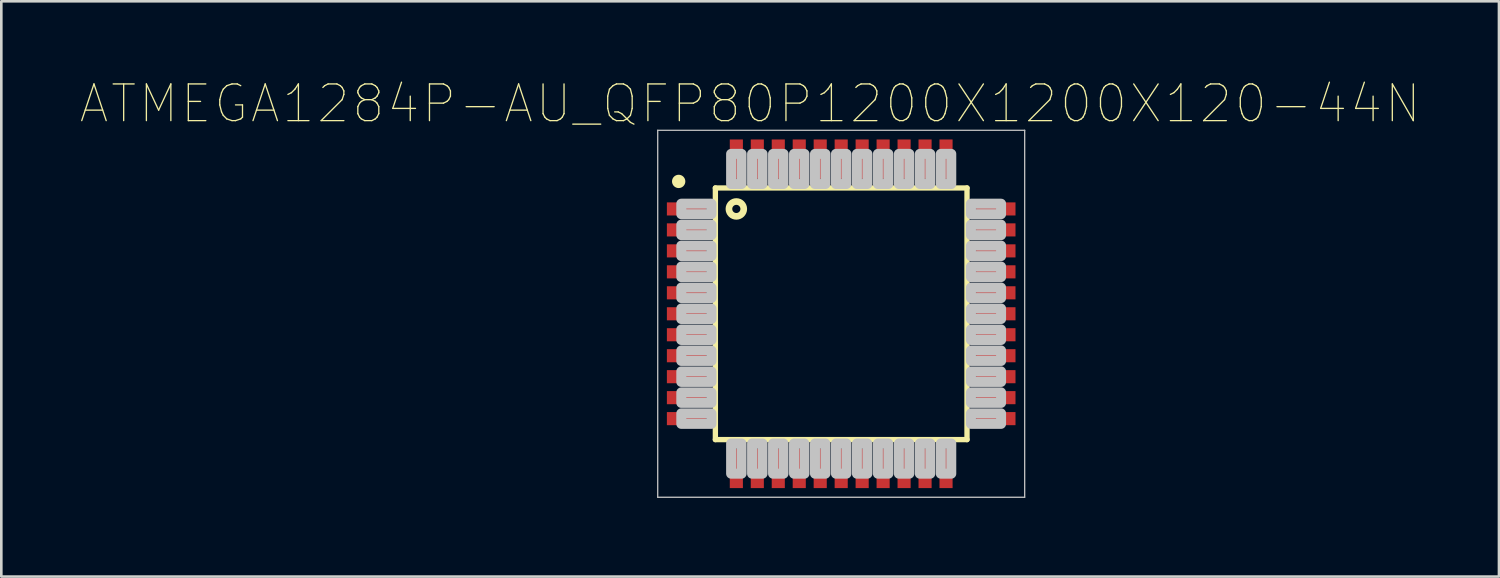
<source format=kicad_pcb>
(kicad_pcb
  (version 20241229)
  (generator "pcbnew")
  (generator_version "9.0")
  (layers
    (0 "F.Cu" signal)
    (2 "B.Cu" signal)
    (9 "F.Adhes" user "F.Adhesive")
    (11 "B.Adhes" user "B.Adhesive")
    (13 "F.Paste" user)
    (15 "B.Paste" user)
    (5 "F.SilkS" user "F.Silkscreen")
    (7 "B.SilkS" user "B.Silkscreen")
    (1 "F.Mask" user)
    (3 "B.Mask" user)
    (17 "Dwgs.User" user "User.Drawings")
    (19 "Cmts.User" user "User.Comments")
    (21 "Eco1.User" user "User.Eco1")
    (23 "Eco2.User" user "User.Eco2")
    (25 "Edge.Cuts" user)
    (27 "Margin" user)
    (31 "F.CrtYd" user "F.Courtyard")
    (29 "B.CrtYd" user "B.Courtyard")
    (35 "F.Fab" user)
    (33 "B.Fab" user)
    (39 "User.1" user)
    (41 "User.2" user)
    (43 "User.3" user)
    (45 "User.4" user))
  (footprint "ATMEGA1284P-AU_QFP80P1200X1200X120-44N"
    (layer "F.Cu")
    (at 29.042 8.921)
    (property "Reference" "ATMEGA1284P-AU_QFP80P1200X1200X120-44N" (at -3.474 -8.014 0) (layer "F.SilkS") (effects (font (size 1.4 1.4) (thickness 0.05))))
    (attr smd)
    (fp_line (start -4.8 -4.8) (end 4.8 -4.8) (stroke (width 0.203) (type solid)) (layer "F.SilkS"))
    (fp_line (start -4.8 4.8) (end -4.8 -4.8) (stroke (width 0.203) (type solid)) (layer "F.SilkS"))
    (fp_line (start 4.8 -4.8) (end 4.8 4.8) (stroke (width 0.203) (type solid)) (layer "F.SilkS"))
    (fp_line (start 4.8 4.8) (end -4.8 4.8) (stroke (width 0.203) (type solid)) (layer "F.SilkS"))
    (fp_circle (center -6.2 -5.05) (end -5.946 -5.05) (stroke (width 0) (type solid)) (fill yes) (layer "F.SilkS"))
    (fp_circle (center -4 -4) (end -3.717 -4) (stroke (width 0.254) (type solid)) (fill no) (layer "F.SilkS"))
    (fp_line (start -7 -7) (end 7 -7) (stroke (width 0.05) (type solid)) (layer "Dwgs.User"))
    (fp_line (start -7 7) (end -7 -7) (stroke (width 0.05) (type solid)) (layer "Dwgs.User"))
    (fp_line (start 7 -7) (end 7 7) (stroke (width 0.05) (type solid)) (layer "Dwgs.User"))
    (fp_line (start 7 7) (end -7 7) (stroke (width 0.05) (type solid)) (layer "Dwgs.User"))
    (fp_poly (pts (xy -6.1 -4.2) (xy -4.95 -4.2) (xy -4.95 -3.8) (xy -6.1 -3.8)) (stroke (width 0.381) (type solid)) (fill no) (layer "Dwgs.User"))
    (fp_poly (pts (xy -6.1 -3.4) (xy -4.95 -3.4) (xy -4.95 -3) (xy -6.1 -3)) (stroke (width 0.381) (type solid)) (fill no) (layer "Dwgs.User"))
    (fp_poly (pts (xy -6.1 -2.6) (xy -4.95 -2.6) (xy -4.95 -2.2) (xy -6.1 -2.2)) (stroke (width 0.381) (type solid)) (fill no) (layer "Dwgs.User"))
    (fp_poly (pts (xy -6.1 -1.8) (xy -4.95 -1.8) (xy -4.95 -1.4) (xy -6.1 -1.4)) (stroke (width 0.381) (type solid)) (fill no) (layer "Dwgs.User"))
    (fp_poly (pts (xy -6.1 -1) (xy -4.95 -1) (xy -4.95 -0.6) (xy -6.1 -0.6)) (stroke (width 0.381) (type solid)) (fill no) (layer "Dwgs.User"))
    (fp_poly (pts (xy -6.1 -0.2) (xy -4.95 -0.2) (xy -4.95 0.2) (xy -6.1 0.2)) (stroke (width 0.381) (type solid)) (fill no) (layer "Dwgs.User"))
    (fp_poly (pts (xy -6.1 0.6) (xy -4.95 0.6) (xy -4.95 1) (xy -6.1 1)) (stroke (width 0.381) (type solid)) (fill no) (layer "Dwgs.User"))
    (fp_poly (pts (xy -6.1 1.4) (xy -4.95 1.4) (xy -4.95 1.8) (xy -6.1 1.8)) (stroke (width 0.381) (type solid)) (fill no) (layer "Dwgs.User"))
    (fp_poly (pts (xy -6.1 2.2) (xy -4.95 2.2) (xy -4.95 2.6) (xy -6.1 2.6)) (stroke (width 0.381) (type solid)) (fill no) (layer "Dwgs.User"))
    (fp_poly (pts (xy -6.1 3) (xy -4.95 3) (xy -4.95 3.4) (xy -6.1 3.4)) (stroke (width 0.381) (type solid)) (fill no) (layer "Dwgs.User"))
    (fp_poly (pts (xy -6.1 3.8) (xy -4.95 3.8) (xy -4.95 4.2) (xy -6.1 4.2)) (stroke (width 0.381) (type solid)) (fill no) (layer "Dwgs.User"))
    (fp_poly (pts (xy -4.2 -6.1) (xy -3.8 -6.1) (xy -3.8 -4.95) (xy -4.2 -4.95)) (stroke (width 0.381) (type solid)) (fill no) (layer "Dwgs.User"))
    (fp_poly (pts (xy -4.2 4.95) (xy -3.8 4.95) (xy -3.8 6.1) (xy -4.2 6.1)) (stroke (width 0.381) (type solid)) (fill no) (layer "Dwgs.User"))
    (fp_poly (pts (xy -3.4 -6.1) (xy -3 -6.1) (xy -3 -4.95) (xy -3.4 -4.95)) (stroke (width 0.381) (type solid)) (fill no) (layer "Dwgs.User"))
    (fp_poly (pts (xy -3.4 4.95) (xy -3 4.95) (xy -3 6.1) (xy -3.4 6.1)) (stroke (width 0.381) (type solid)) (fill no) (layer "Dwgs.User"))
    (fp_poly (pts (xy -2.6 -6.1) (xy -2.2 -6.1) (xy -2.2 -4.95) (xy -2.6 -4.95)) (stroke (width 0.381) (type solid)) (fill no) (layer "Dwgs.User"))
    (fp_poly (pts (xy -2.6 4.95) (xy -2.2 4.95) (xy -2.2 6.1) (xy -2.6 6.1)) (stroke (width 0.381) (type solid)) (fill no) (layer "Dwgs.User"))
    (fp_poly (pts (xy -1.8 -6.1) (xy -1.4 -6.1) (xy -1.4 -4.95) (xy -1.8 -4.95)) (stroke (width 0.381) (type solid)) (fill no) (layer "Dwgs.User"))
    (fp_poly (pts (xy -1.8 4.95) (xy -1.4 4.95) (xy -1.4 6.1) (xy -1.8 6.1)) (stroke (width 0.381) (type solid)) (fill no) (layer "Dwgs.User"))
    (fp_poly (pts (xy -1 -6.1) (xy -0.6 -6.1) (xy -0.6 -4.95) (xy -1 -4.95)) (stroke (width 0.381) (type solid)) (fill no) (layer "Dwgs.User"))
    (fp_poly (pts (xy -1 4.95) (xy -0.6 4.95) (xy -0.6 6.1) (xy -1 6.1)) (stroke (width 0.381) (type solid)) (fill no) (layer "Dwgs.User"))
    (fp_poly (pts (xy -0.2 -6.1) (xy 0.2 -6.1) (xy 0.2 -4.95) (xy -0.2 -4.95)) (stroke (width 0.381) (type solid)) (fill no) (layer "Dwgs.User"))
    (fp_poly (pts (xy -0.2 4.95) (xy 0.2 4.95) (xy 0.2 6.1) (xy -0.2 6.1)) (stroke (width 0.381) (type solid)) (fill no) (layer "Dwgs.User"))
    (fp_poly (pts (xy 0.6 -6.1) (xy 1 -6.1) (xy 1 -4.95) (xy 0.6 -4.95)) (stroke (width 0.381) (type solid)) (fill no) (layer "Dwgs.User"))
    (fp_poly (pts (xy 0.6 4.95) (xy 1 4.95) (xy 1 6.1) (xy 0.6 6.1)) (stroke (width 0.381) (type solid)) (fill no) (layer "Dwgs.User"))
    (fp_poly (pts (xy 1.4 -6.1) (xy 1.8 -6.1) (xy 1.8 -4.95) (xy 1.4 -4.95)) (stroke (width 0.381) (type solid)) (fill no) (layer "Dwgs.User"))
    (fp_poly (pts (xy 1.4 4.95) (xy 1.8 4.95) (xy 1.8 6.1) (xy 1.4 6.1)) (stroke (width 0.381) (type solid)) (fill no) (layer "Dwgs.User"))
    (fp_poly (pts (xy 2.2 -6.1) (xy 2.6 -6.1) (xy 2.6 -4.95) (xy 2.2 -4.95)) (stroke (width 0.381) (type solid)) (fill no) (layer "Dwgs.User"))
    (fp_poly (pts (xy 2.2 4.95) (xy 2.6 4.95) (xy 2.6 6.1) (xy 2.2 6.1)) (stroke (width 0.381) (type solid)) (fill no) (layer "Dwgs.User"))
    (fp_poly (pts (xy 3 -6.1) (xy 3.4 -6.1) (xy 3.4 -4.95) (xy 3 -4.95)) (stroke (width 0.381) (type solid)) (fill no) (layer "Dwgs.User"))
    (fp_poly (pts (xy 3 4.95) (xy 3.4 4.95) (xy 3.4 6.1) (xy 3 6.1)) (stroke (width 0.381) (type solid)) (fill no) (layer "Dwgs.User"))
    (fp_poly (pts (xy 3.8 -6.1) (xy 4.2 -6.1) (xy 4.2 -4.95) (xy 3.8 -4.95)) (stroke (width 0.381) (type solid)) (fill no) (layer "Dwgs.User"))
    (fp_poly (pts (xy 3.8 4.95) (xy 4.2 4.95) (xy 4.2 6.1) (xy 3.8 6.1)) (stroke (width 0.381) (type solid)) (fill no) (layer "Dwgs.User"))
    (fp_poly (pts (xy 4.95 -4.2) (xy 6.1 -4.2) (xy 6.1 -3.8) (xy 4.95 -3.8)) (stroke (width 0.381) (type solid)) (fill no) (layer "Dwgs.User"))
    (fp_poly (pts (xy 4.95 -3.4) (xy 6.1 -3.4) (xy 6.1 -3) (xy 4.95 -3)) (stroke (width 0.381) (type solid)) (fill no) (layer "Dwgs.User"))
    (fp_poly (pts (xy 4.95 -2.6) (xy 6.1 -2.6) (xy 6.1 -2.2) (xy 4.95 -2.2)) (stroke (width 0.381) (type solid)) (fill no) (layer "Dwgs.User"))
    (fp_poly (pts (xy 4.95 -1.8) (xy 6.1 -1.8) (xy 6.1 -1.4) (xy 4.95 -1.4)) (stroke (width 0.381) (type solid)) (fill no) (layer "Dwgs.User"))
    (fp_poly (pts (xy 4.95 -1) (xy 6.1 -1) (xy 6.1 -0.6) (xy 4.95 -0.6)) (stroke (width 0.381) (type solid)) (fill no) (layer "Dwgs.User"))
    (fp_poly (pts (xy 4.95 -0.2) (xy 6.1 -0.2) (xy 6.1 0.2) (xy 4.95 0.2)) (stroke (width 0.381) (type solid)) (fill no) (layer "Dwgs.User"))
    (fp_poly (pts (xy 4.95 0.6) (xy 6.1 0.6) (xy 6.1 1) (xy 4.95 1)) (stroke (width 0.381) (type solid)) (fill no) (layer "Dwgs.User"))
    (fp_poly (pts (xy 4.95 1.4) (xy 6.1 1.4) (xy 6.1 1.8) (xy 4.95 1.8)) (stroke (width 0.381) (type solid)) (fill no) (layer "Dwgs.User"))
    (fp_poly (pts (xy 4.95 2.2) (xy 6.1 2.2) (xy 6.1 2.6) (xy 4.95 2.6)) (stroke (width 0.381) (type solid)) (fill no) (layer "Dwgs.User"))
    (fp_poly (pts (xy 4.95 3) (xy 6.1 3) (xy 6.1 3.4) (xy 4.95 3.4)) (stroke (width 0.381) (type solid)) (fill no) (layer "Dwgs.User"))
    (fp_poly (pts (xy 4.95 3.8) (xy 6.1 3.8) (xy 6.1 4.2) (xy 4.95 4.2)) (stroke (width 0.381) (type solid)) (fill no) (layer "Dwgs.User"))
    (pad "1" smd rect (at -5.9 -4) (size 1.5 0.5) (layers "F.Cu" "F.Mask" "F.Paste"))
    (pad "2" smd rect (at -5.9 -3.2) (size 1.5 0.5) (layers "F.Cu" "F.Mask" "F.Paste"))
    (pad "3" smd rect (at -5.9 -2.4) (size 1.5 0.5) (layers "F.Cu" "F.Mask" "F.Paste"))
    (pad "4" smd rect (at -5.9 -1.6) (size 1.5 0.5) (layers "F.Cu" "F.Mask" "F.Paste"))
    (pad "5" smd rect (at -5.9 -0.8) (size 1.5 0.5) (layers "F.Cu" "F.Mask" "F.Paste"))
    (pad "6" smd rect (at -5.9 0) (size 1.5 0.5) (layers "F.Cu" "F.Mask" "F.Paste"))
    (pad "7" smd rect (at -5.9 0.8) (size 1.5 0.5) (layers "F.Cu" "F.Mask" "F.Paste"))
    (pad "8" smd rect (at -5.9 1.6) (size 1.5 0.5) (layers "F.Cu" "F.Mask" "F.Paste"))
    (pad "9" smd rect (at -5.9 2.4) (size 1.5 0.5) (layers "F.Cu" "F.Mask" "F.Paste"))
    (pad "10" smd rect (at -5.9 3.2) (size 1.5 0.5) (layers "F.Cu" "F.Mask" "F.Paste"))
    (pad "11" smd rect (at -5.9 4) (size 1.5 0.5) (layers "F.Cu" "F.Mask" "F.Paste"))
    (pad "12" smd rect (at -4 5.9) (size 0.5 1.5) (layers "F.Cu" "F.Mask" "F.Paste"))
    (pad "13" smd rect (at -3.2 5.9) (size 0.5 1.5) (layers "F.Cu" "F.Mask" "F.Paste"))
    (pad "14" smd rect (at -2.4 5.9) (size 0.5 1.5) (layers "F.Cu" "F.Mask" "F.Paste"))
    (pad "15" smd rect (at -1.6 5.9) (size 0.5 1.5) (layers "F.Cu" "F.Mask" "F.Paste"))
    (pad "16" smd rect (at -0.8 5.9) (size 0.5 1.5) (layers "F.Cu" "F.Mask" "F.Paste"))
    (pad "17" smd rect (at 0 5.9) (size 0.5 1.5) (layers "F.Cu" "F.Mask" "F.Paste"))
    (pad "18" smd rect (at 0.8 5.9) (size 0.5 1.5) (layers "F.Cu" "F.Mask" "F.Paste"))
    (pad "19" smd rect (at 1.6 5.9) (size 0.5 1.5) (layers "F.Cu" "F.Mask" "F.Paste"))
    (pad "20" smd rect (at 2.4 5.9) (size 0.5 1.5) (layers "F.Cu" "F.Mask" "F.Paste"))
    (pad "21" smd rect (at 3.2 5.9) (size 0.5 1.5) (layers "F.Cu" "F.Mask" "F.Paste"))
    (pad "22" smd rect (at 4 5.9) (size 0.5 1.5) (layers "F.Cu" "F.Mask" "F.Paste"))
    (pad "23" smd rect (at 5.9 4) (size 1.5 0.5) (layers "F.Cu" "F.Mask" "F.Paste"))
    (pad "24" smd rect (at 5.9 3.2) (size 1.5 0.5) (layers "F.Cu" "F.Mask" "F.Paste"))
    (pad "25" smd rect (at 5.9 2.4) (size 1.5 0.5) (layers "F.Cu" "F.Mask" "F.Paste"))
    (pad "26" smd rect (at 5.9 1.6) (size 1.5 0.5) (layers "F.Cu" "F.Mask" "F.Paste"))
    (pad "27" smd rect (at 5.9 0.8) (size 1.5 0.5) (layers "F.Cu" "F.Mask" "F.Paste"))
    (pad "28" smd rect (at 5.9 0) (size 1.5 0.5) (layers "F.Cu" "F.Mask" "F.Paste"))
    (pad "29" smd rect (at 5.9 -0.8) (size 1.5 0.5) (layers "F.Cu" "F.Mask" "F.Paste"))
    (pad "30" smd rect (at 5.9 -1.6) (size 1.5 0.5) (layers "F.Cu" "F.Mask" "F.Paste"))
    (pad "31" smd rect (at 5.9 -2.4) (size 1.5 0.5) (layers "F.Cu" "F.Mask" "F.Paste"))
    (pad "32" smd rect (at 5.9 -3.2) (size 1.5 0.5) (layers "F.Cu" "F.Mask" "F.Paste"))
    (pad "33" smd rect (at 5.9 -4) (size 1.5 0.5) (layers "F.Cu" "F.Mask" "F.Paste"))
    (pad "34" smd rect (at 4 -5.9) (size 0.5 1.5) (layers "F.Cu" "F.Mask" "F.Paste"))
    (pad "35" smd rect (at 3.2 -5.9) (size 0.5 1.5) (layers "F.Cu" "F.Mask" "F.Paste"))
    (pad "36" smd rect (at 2.4 -5.9) (size 0.5 1.5) (layers "F.Cu" "F.Mask" "F.Paste"))
    (pad "37" smd rect (at 1.6 -5.9) (size 0.5 1.5) (layers "F.Cu" "F.Mask" "F.Paste"))
    (pad "38" smd rect (at 0.8 -5.9) (size 0.5 1.5) (layers "F.Cu" "F.Mask" "F.Paste"))
    (pad "39" smd rect (at 0 -5.9) (size 0.5 1.5) (layers "F.Cu" "F.Mask" "F.Paste"))
    (pad "40" smd rect (at -0.8 -5.9) (size 0.5 1.5) (layers "F.Cu" "F.Mask" "F.Paste"))
    (pad "41" smd rect (at -1.6 -5.9) (size 0.5 1.5) (layers "F.Cu" "F.Mask" "F.Paste"))
    (pad "42" smd rect (at -2.4 -5.9) (size 0.5 1.5) (layers "F.Cu" "F.Mask" "F.Paste"))
    (pad "43" smd rect (at -3.2 -5.9) (size 0.5 1.5) (layers "F.Cu" "F.Mask" "F.Paste"))
    (pad "44" smd rect (at -4 -5.9) (size 0.5 1.5) (layers "F.Cu" "F.Mask" "F.Paste")))
  (gr_rect
    (start -3 -3)
    (end 54.137 18.946)
    (stroke (width 0.1) (type default))
    (fill no)
    (layer "Edge.Cuts")))
</source>
